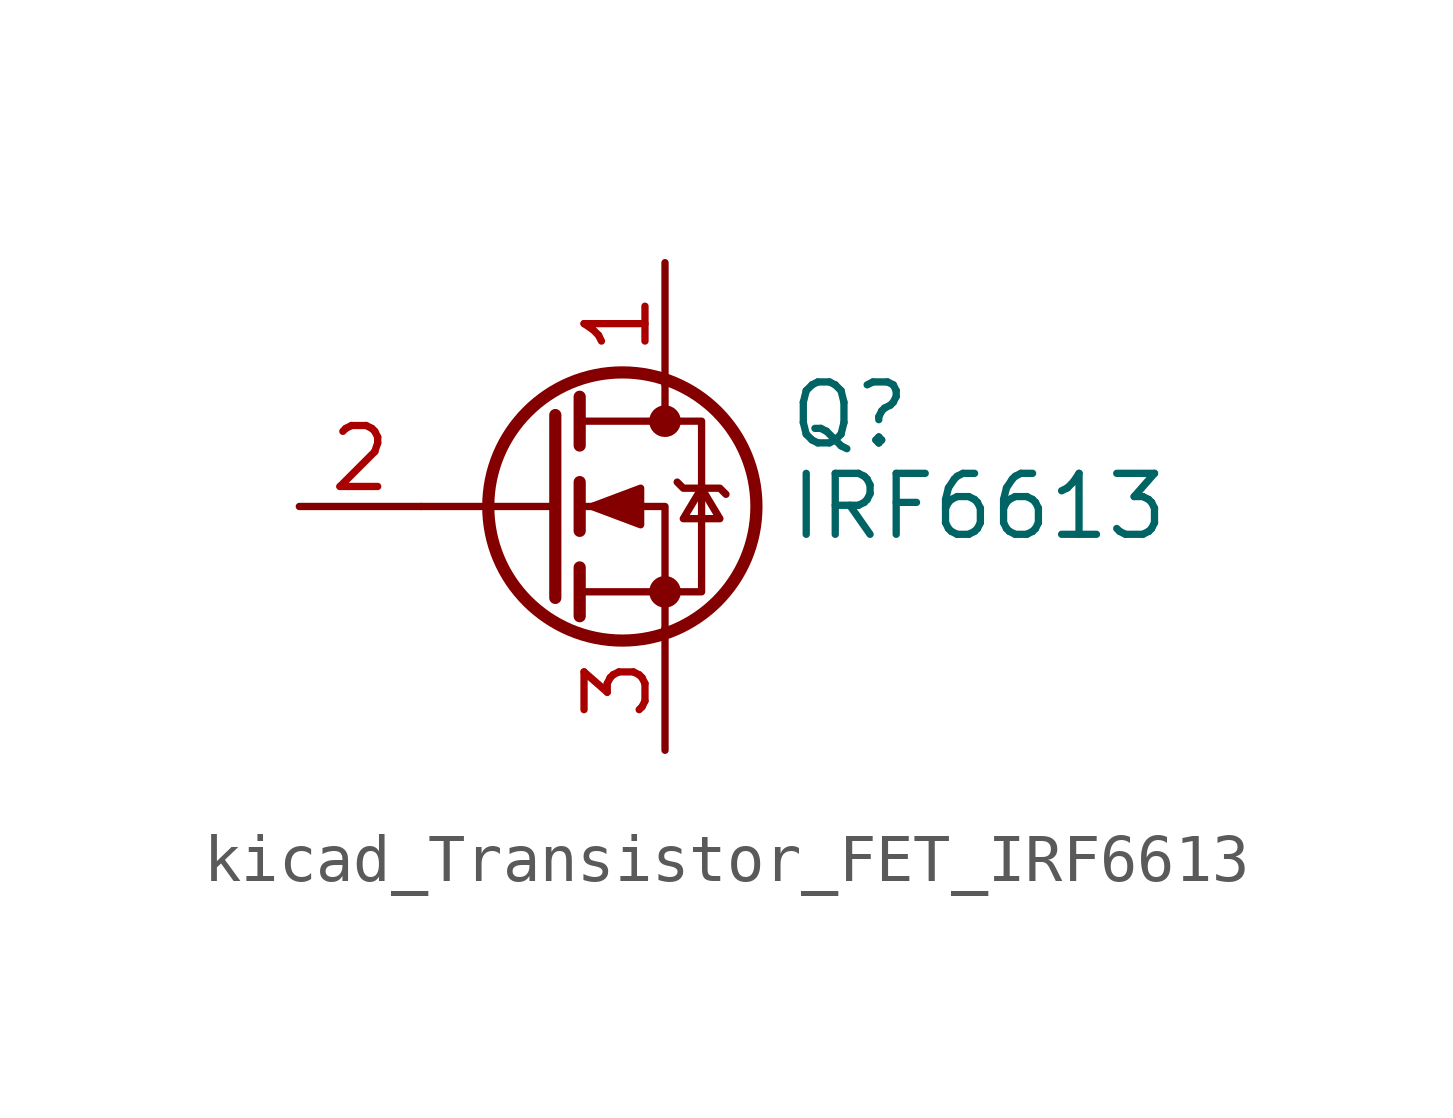
<source format=kicad_sym>
(kicad_symbol_lib
  (version 20220914)
  (generator kicad_symbol_editor)
  (symbol "kicad_Transistor_FET_IRF6613"
    (pin_names hide)
    (property "Reference" "Q"
      (at 5.08 1.905 0)
      (effects (font (size 1.27 1.27)) (justify left)))
    (property "Value" "IRF6613"
      (at 5.08 0 0)
      (effects (font (size 1.27 1.27)) (justify left)))
    (symbol "kicad_Transistor_FET_IRF6613_0_1"
      (polyline (pts (xy 0.254 0) (xy -2.54 0)) (stroke (width 0) (type default)) (fill (type none)))
      (polyline (pts (xy 0.254 1.905) (xy 0.254 -1.905)) (stroke (width 0.254) (type default)) (fill (type none)))
      (polyline (pts (xy 0.762 -1.27) (xy 0.762 -2.286)) (stroke (width 0.254) (type default)) (fill (type none)))
      (polyline (pts (xy 0.762 0.508) (xy 0.762 -0.508)) (stroke (width 0.254) (type default)) (fill (type none)))
      (polyline (pts (xy 0.762 2.286) (xy 0.762 1.27)) (stroke (width 0.254) (type default)) (fill (type none)))
      (polyline (pts (xy 2.54 2.54) (xy 2.54 1.778)) (stroke (width 0) (type default)) (fill (type none)))
      (polyline (pts (xy 2.54 -2.54) (xy 2.54 0) (xy 0.762 0)) (stroke (width 0) (type default)) (fill (type none)))
      (polyline (pts (xy 0.762 -1.778) (xy 3.302 -1.778) (xy 3.302 1.778) (xy 0.762 1.778)) (stroke (width 0) (type default)) (fill (type none)))
      (polyline (pts (xy 1.016 0) (xy 2.032 0.381) (xy 2.032 -0.381) (xy 1.016 0)) (stroke (width 0) (type default)) (fill (type outline)))
      (polyline (pts (xy 2.794 0.508) (xy 2.921 0.381) (xy 3.683 0.381) (xy 3.81 0.254)) (stroke (width 0) (type default)) (fill (type none)))
      (polyline (pts (xy 3.302 0.381) (xy 2.921 -0.254) (xy 3.683 -0.254) (xy 3.302 0.381)) (stroke (width 0) (type default)) (fill (type none)))
      (circle (center 1.651 0) (radius 2.794) (stroke (width 0.254) (type default)) (fill (type none)))
      (circle (center 2.54 -1.778) (radius 0.254) (stroke (width 0) (type default)) (fill (type outline)))
      (circle (center 2.54 1.778) (radius 0.254) (stroke (width 0) (type default)) (fill (type outline))))
    (symbol "kicad_Transistor_FET_IRF6613_1_1"
      (pin passive line (at 2.54 5.08 270) (length 2.54) (name "D" (effects (font (size 1.27 1.27)))) (number "1" (effects (font (size 1.27 1.27)))))
      (pin input line (at -5.08 0 0) (length 2.54) (name "G" (effects (font (size 1.27 1.27)))) (number "2" (effects (font (size 1.27 1.27)))))
      (pin passive line (at 2.54 -5.08 90) (length 2.54) (name "S" (effects (font (size 1.27 1.27)))) (number "3" (effects (font (size 1.27 1.27))))))))
</source>
